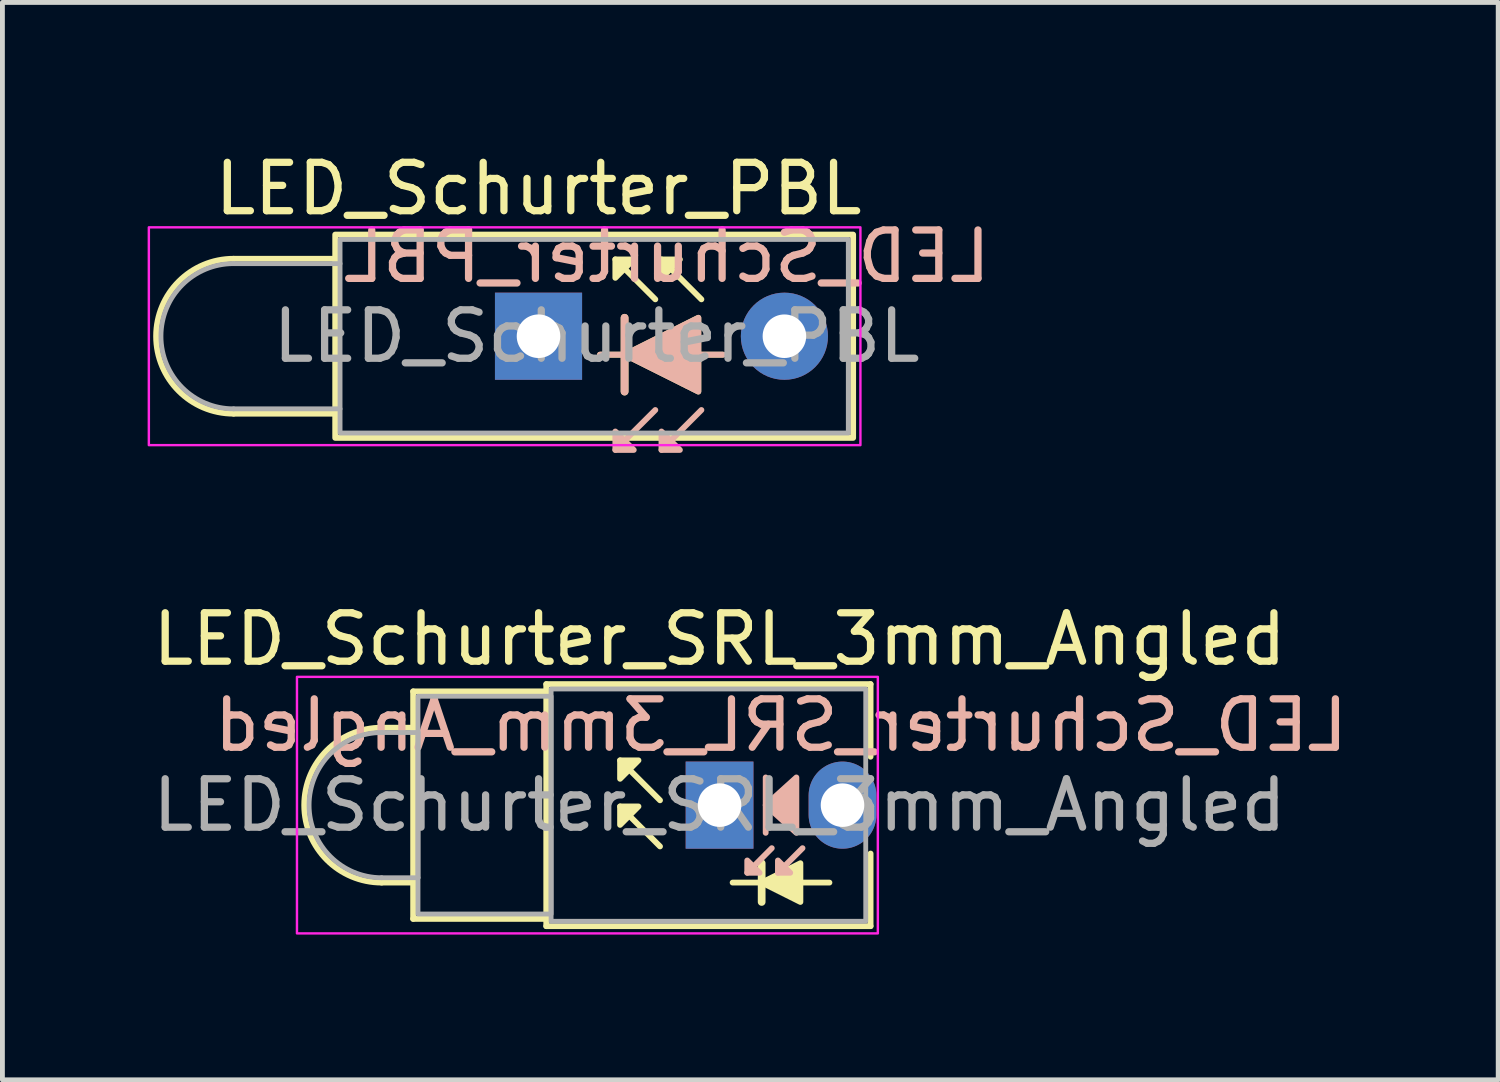
<source format=kicad_pcb>
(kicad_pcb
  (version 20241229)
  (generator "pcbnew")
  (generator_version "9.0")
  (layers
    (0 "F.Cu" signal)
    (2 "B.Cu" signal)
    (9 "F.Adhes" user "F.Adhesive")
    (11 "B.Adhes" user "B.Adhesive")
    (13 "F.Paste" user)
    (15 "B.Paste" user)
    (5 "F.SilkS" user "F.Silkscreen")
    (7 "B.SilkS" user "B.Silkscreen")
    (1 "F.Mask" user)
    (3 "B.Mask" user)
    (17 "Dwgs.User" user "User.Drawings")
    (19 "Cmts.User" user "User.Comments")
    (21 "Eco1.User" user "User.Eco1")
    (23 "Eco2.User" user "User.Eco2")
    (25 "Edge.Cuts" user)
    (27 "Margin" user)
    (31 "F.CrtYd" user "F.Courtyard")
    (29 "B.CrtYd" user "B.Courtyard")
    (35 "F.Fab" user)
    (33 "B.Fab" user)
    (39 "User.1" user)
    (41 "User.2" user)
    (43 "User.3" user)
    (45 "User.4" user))
  (footprint "LED_Schurter_SRL_3mm_Angled"
    (layer "F.Cu")
    (at 11.815 13.583)
    (property "Reference" "LED_Schurter_SRL_3mm_Angled" (at 0 -3.429 0) (layer "F.SilkS") (effects (font (size 1 1) (thickness 0.15))))
    (fp_line (start -6.33 -2.35) (end -6.33 -1.6) (stroke (width 0.12) (type default)) (layer "F.SilkS"))
    (fp_line (start -6.33 -1.6) (end -6.98 -1.6) (stroke (width 0.12) (type default)) (layer "F.SilkS"))
    (fp_line (start -6.33 1.6) (end -6.98 1.6) (stroke (width 0.12) (type default)) (layer "F.SilkS"))
    (fp_line (start -6.33 1.6) (end -6.33 -1.6) (stroke (width 0.12) (type default)) (layer "F.SilkS"))
    (fp_line (start -6.33 2.35) (end -6.33 1.6) (stroke (width 0.12) (type default)) (layer "F.SilkS"))
    (fp_line (start -3.58 -2.5) (end -3.58 -2.35) (stroke (width 0.12) (type default)) (layer "F.SilkS"))
    (fp_line (start -3.58 -2.5) (end 3.12 -2.5) (stroke (width 0.12) (type default)) (layer "F.SilkS"))
    (fp_line (start -3.58 -2.35) (end -6.33 -2.35) (stroke (width 0.12) (type default)) (layer "F.SilkS"))
    (fp_line (start -3.58 -2.35) (end -3.58 2.35) (stroke (width 0.12) (type default)) (layer "F.SilkS"))
    (fp_line (start -3.58 2.35) (end -6.33 2.35) (stroke (width 0.12) (type default)) (layer "F.SilkS"))
    (fp_line (start -3.58 2.5) (end -3.58 2.35) (stroke (width 0.12) (type default)) (layer "F.SilkS"))
    (fp_line (start -1.23 -0.1) (end -2.055 -0.925) (stroke (width 0.12) (type solid)) (layer "F.SilkS"))
    (fp_line (start -1.23 0.853) (end -2.055 0.027) (stroke (width 0.12) (type solid)) (layer "F.SilkS"))
    (fp_line (start 0.27 1.6) (end 2.27 1.6) (stroke (width 0.12) (type default)) (layer "F.SilkS"))
    (fp_line (start 0.87 2) (end 0.87 1.2) (stroke (width 0.16) (type default)) (layer "F.SilkS"))
    (fp_line (start 3.12 -2.5) (end 3.12 -1) (stroke (width 0.12) (type default)) (layer "F.SilkS"))
    (fp_line (start 3.12 2.5) (end -3.58 2.5) (stroke (width 0.12) (type default)) (layer "F.SilkS"))
    (fp_line (start 3.12 2.5) (end 3.12 1) (stroke (width 0.12) (type default)) (layer "F.SilkS"))
    (fp_arc (start -6.98 1.6) (mid -8.58 0) (end -6.98 -1.6) (stroke (width 0.12) (type default)) (layer "F.SilkS"))
    (fp_poly (pts (xy -1.675 -0.925) (xy -2.055 -0.544) (xy -2.055 -0.925)) (stroke (width 0.12) (type solid)) (fill yes) (layer "F.SilkS"))
    (fp_poly (pts (xy -1.675 0.027) (xy -2.055 0.408) (xy -2.055 0.027)) (stroke (width 0.12) (type solid)) (fill yes) (layer "F.SilkS"))
    (fp_poly (pts (xy 0.87 1.6) (xy 1.67 1.2) (xy 1.67 2)) (stroke (width 0.12) (type solid)) (fill yes) (layer "F.SilkS"))
    (fp_line (start 0.953 -0.572) (end 0.953 0.572) (stroke (width 0.12) (type solid)) (layer "B.SilkS"))
    (fp_line (start 1.079 0.889) (end 0.572 1.397) (stroke (width 0.12) (type solid)) (layer "B.SilkS"))
    (fp_line (start 1.714 0.889) (end 1.206 1.397) (stroke (width 0.12) (type solid)) (layer "B.SilkS"))
    (fp_poly (pts (xy 0.572 1.143) (xy 0.826 1.397) (xy 0.572 1.397)) (stroke (width 0.12) (type solid)) (fill yes) (layer "B.SilkS"))
    (fp_poly (pts (xy 1.206 1.143) (xy 1.46 1.397) (xy 1.206 1.397)) (stroke (width 0.12) (type solid)) (fill yes) (layer "B.SilkS"))
    (fp_poly (pts (xy 1.587 0.572) (xy 0.953 0) (xy 1.587 -0.572)) (stroke (width 0.12) (type solid)) (fill yes) (layer "B.SilkS"))
    (fp_rect (start -8.73 -2.65) (end 3.27 2.65) (stroke (width 0.05) (type default)) (fill no) (layer "F.CrtYd"))
    (fp_line (start -6.98 -1.5) (end -6.23 -1.5) (stroke (width 0.1) (type default)) (layer "F.Fab"))
    (fp_line (start -6.23 -1.5) (end -6.23 1.5) (stroke (width 0.1) (type default)) (layer "F.Fab"))
    (fp_line (start -6.23 1.5) (end -6.98 1.5) (stroke (width 0.1) (type default)) (layer "F.Fab"))
    (fp_rect (start -6.23 -2.25) (end -3.48 2.25) (stroke (width 0.1) (type default)) (fill no) (layer "F.Fab"))
    (fp_rect (start -3.48 -2.4) (end 3.02 2.4) (stroke (width 0.1) (type default)) (fill no) (layer "F.Fab"))
    (fp_arc (start -6.98 1.5) (mid -8.48 0) (end -6.98 -1.5) (stroke (width 0.1) (type default)) (layer "F.Fab"))
    (fp_text user "${REFERENCE}" (at 1.27 -1.651 0) (layer "B.SilkS") (effects (font (size 1 1) (thickness 0.15)) (justify mirror)))
    (fp_text user "${REFERENCE}" (at 0 0 0) (layer "F.Fab") (effects (font (size 1 1) (thickness 0.15))))
    (pad "1" thru_hole rect (at 0 0) (size 1.4 1.8) (drill 0.9) (layers "*.Cu" "*.Mask"))
    (pad "2" thru_hole oval (at 2.54 0) (size 1.4 1.8) (drill 0.9) (layers "*.Cu" "*.Mask")))
  (footprint "LED_Schurter_PBL"
    (layer "F.Cu")
    (at 8.075 3.896)
    (property "Reference" "LED_Schurter_PBL" (at 0 -3.048 0) (layer "F.SilkS") (effects (font (size 1 1) (thickness 0.15))))
    (fp_line (start -6.3 -1.6) (end -4.2 -1.6) (stroke (width 0.12) (type default)) (layer "F.SilkS"))
    (fp_line (start -6.3 1.6) (end -4.2 1.6) (stroke (width 0.12) (type default)) (layer "F.SilkS"))
    (fp_line (start 1.27 0.381) (end 3.81 0.381) (stroke (width 0.12) (type default)) (layer "F.SilkS"))
    (fp_line (start 1.778 -0.381) (end 1.778 1.143) (stroke (width 0.16) (type default)) (layer "F.SilkS"))
    (fp_line (start 2.413 -0.762) (end 1.587 -1.587) (stroke (width 0.12) (type solid)) (layer "F.SilkS"))
    (fp_line (start 3.365 -0.762) (end 2.54 -1.587) (stroke (width 0.12) (type solid)) (layer "F.SilkS"))
    (fp_rect (start -4.2 -2.1) (end 6.5 2.1) (stroke (width 0.12) (type default)) (fill no) (layer "F.SilkS"))
    (fp_arc (start -6.3 1.6) (mid -7.9 0) (end -6.3 -1.6) (stroke (width 0.12) (type default)) (layer "F.SilkS"))
    (fp_poly (pts (xy 1.587 -1.206) (xy 1.968 -1.587) (xy 1.587 -1.587)) (stroke (width 0.12) (type solid)) (fill yes) (layer "F.SilkS"))
    (fp_poly (pts (xy 1.778 0.381) (xy 3.302 -0.381) (xy 3.302 1.143)) (stroke (width 0.12) (type solid)) (fill yes) (layer "F.SilkS"))
    (fp_poly (pts (xy 2.54 -1.206) (xy 2.921 -1.587) (xy 2.54 -1.587)) (stroke (width 0.12) (type solid)) (fill yes) (layer "F.SilkS"))
    (fp_line (start 1.587 2.349) (end 2.413 1.524) (stroke (width 0.12) (type solid)) (layer "B.SilkS"))
    (fp_line (start 1.778 -0.381) (end 1.778 1.143) (stroke (width 0.16) (type default)) (layer "B.SilkS"))
    (fp_line (start 2.54 2.349) (end 3.365 1.524) (stroke (width 0.12) (type solid)) (layer "B.SilkS"))
    (fp_line (start 3.81 0.381) (end 1.27 0.381) (stroke (width 0.12) (type default)) (layer "B.SilkS"))
    (fp_poly (pts (xy 1.587 1.968) (xy 1.968 2.349) (xy 1.587 2.349)) (stroke (width 0.12) (type solid)) (fill yes) (layer "B.SilkS"))
    (fp_poly (pts (xy 1.778 0.381) (xy 3.302 1.143) (xy 3.302 -0.381)) (stroke (width 0.12) (type solid)) (fill yes) (layer "B.SilkS"))
    (fp_poly (pts (xy 2.54 1.968) (xy 2.921 2.349) (xy 2.54 2.349)) (stroke (width 0.12) (type solid)) (fill yes) (layer "B.SilkS"))
    (fp_rect (start -8.05 -2.25) (end 6.65 2.25) (stroke (width 0.05) (type default)) (fill no) (layer "F.CrtYd"))
    (fp_line (start -6.3 -1.5) (end -4.1 -1.5) (stroke (width 0.1) (type default)) (layer "F.Fab"))
    (fp_line (start -6.3 1.5) (end -4.1 1.5) (stroke (width 0.1) (type default)) (layer "F.Fab"))
    (fp_rect (start -4.1 -2) (end 6.4 2) (stroke (width 0.1) (type default)) (fill no) (layer "F.Fab"))
    (fp_arc (start -6.3 1.5) (mid -7.8 0) (end -6.3 -1.5) (stroke (width 0.1) (type default)) (layer "F.Fab"))
    (fp_text user "${REFERENCE}" (at 2.65 -1.65 0) (layer "B.SilkS") (effects (font (size 1 1) (thickness 0.15)) (justify mirror)))
    (fp_text user "${REFERENCE}" (at 1.2 0 0) (layer "F.Fab") (effects (font (size 1 1) (thickness 0.15))))
    (pad "1" thru_hole rect (at 0 0) (size 1.8 1.8) (drill 0.9) (layers "*.Cu" "*.Mask"))
    (pad "2" thru_hole oval (at 5.08 0) (size 1.8 1.8) (drill 0.9) (layers "*.Cu" "*.Mask")))
  (gr_rect
    (start -3 -3)
    (end 27.901 19.258)
    (stroke (width 0.1) (type default))
    (fill no)
    (layer "Edge.Cuts")))
</source>
